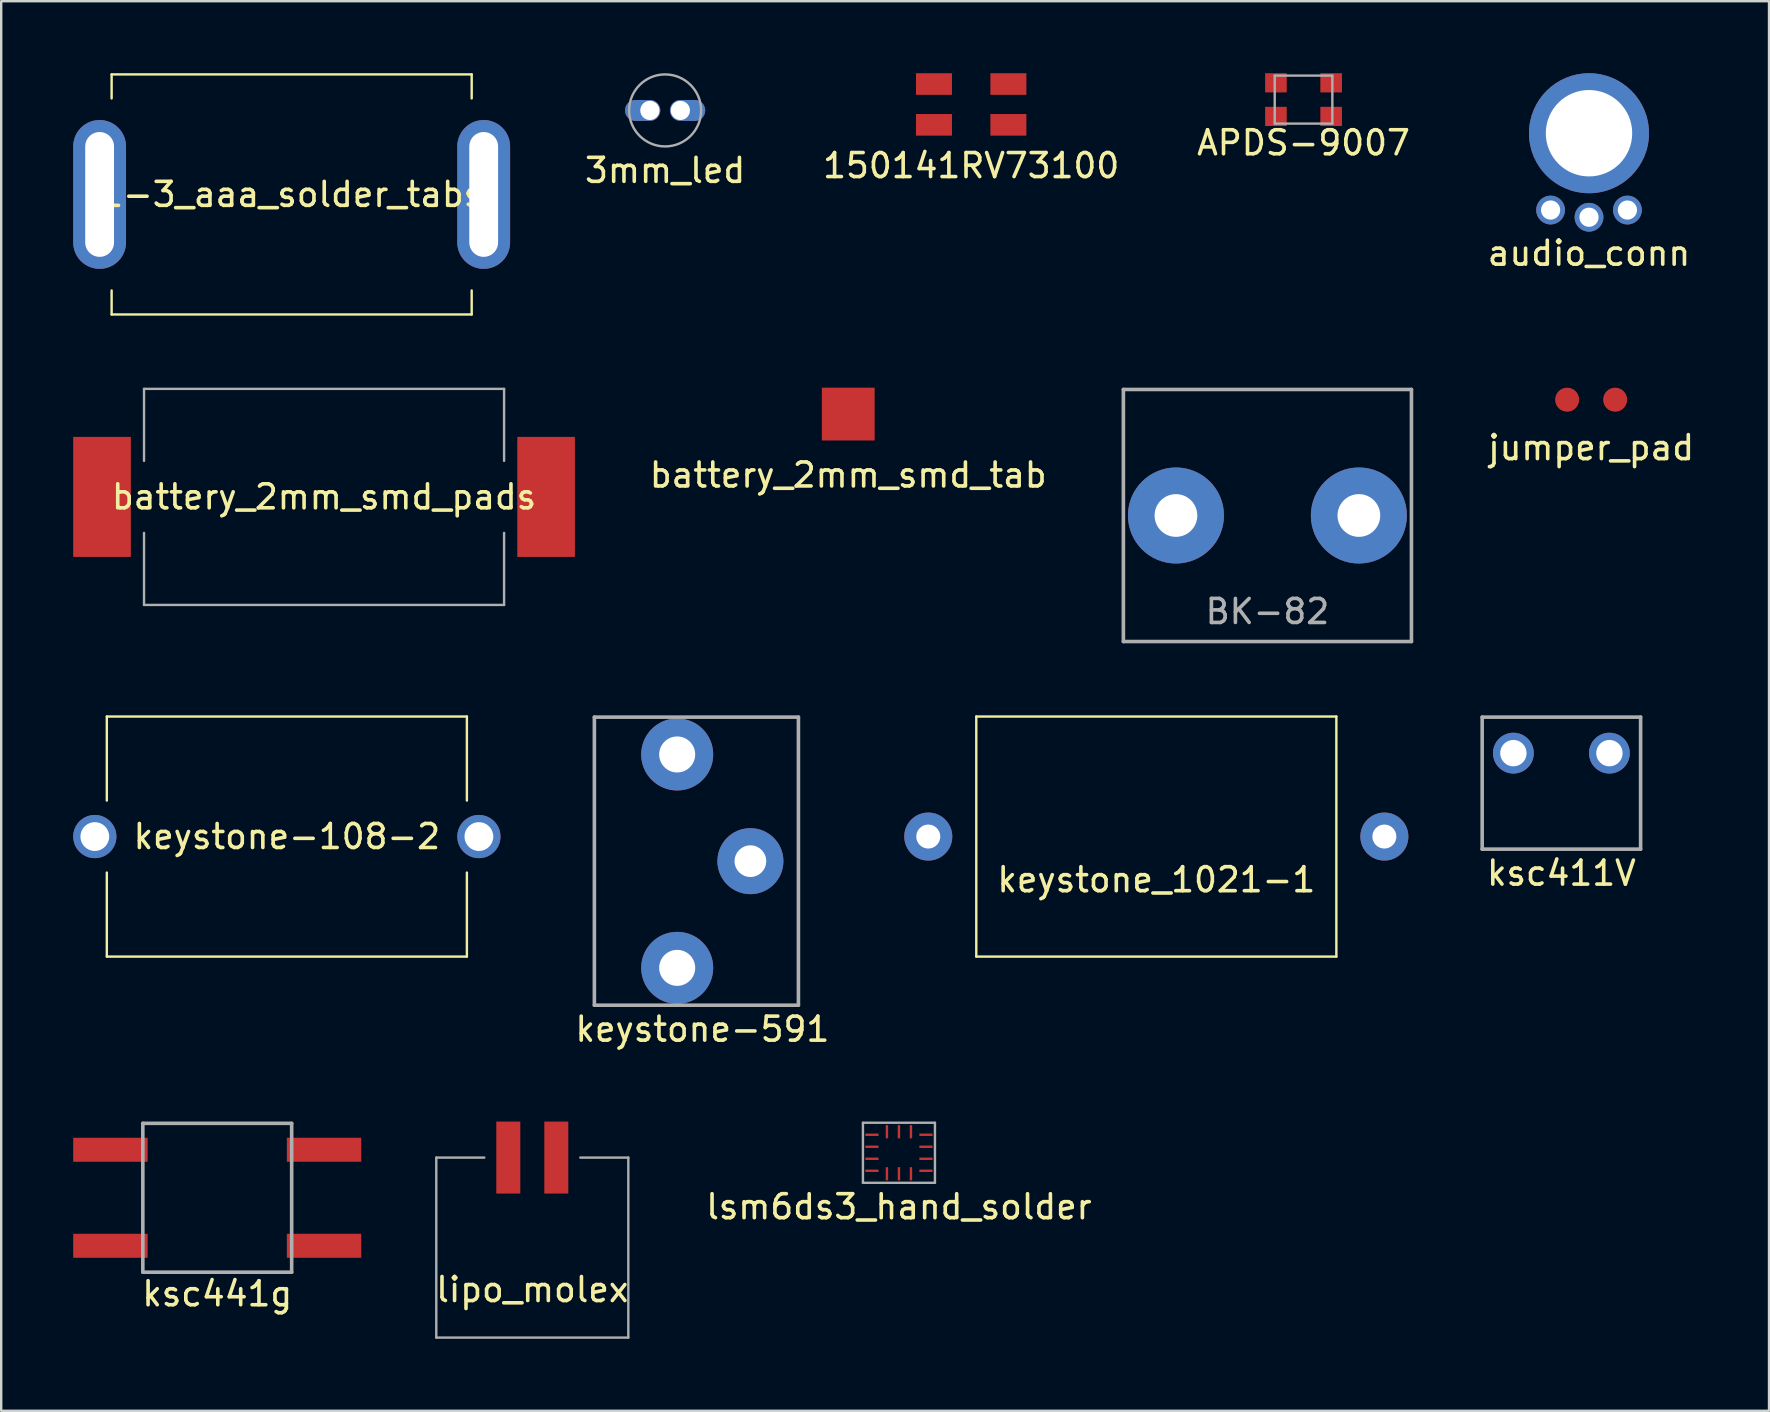
<source format=kicad_pcb>
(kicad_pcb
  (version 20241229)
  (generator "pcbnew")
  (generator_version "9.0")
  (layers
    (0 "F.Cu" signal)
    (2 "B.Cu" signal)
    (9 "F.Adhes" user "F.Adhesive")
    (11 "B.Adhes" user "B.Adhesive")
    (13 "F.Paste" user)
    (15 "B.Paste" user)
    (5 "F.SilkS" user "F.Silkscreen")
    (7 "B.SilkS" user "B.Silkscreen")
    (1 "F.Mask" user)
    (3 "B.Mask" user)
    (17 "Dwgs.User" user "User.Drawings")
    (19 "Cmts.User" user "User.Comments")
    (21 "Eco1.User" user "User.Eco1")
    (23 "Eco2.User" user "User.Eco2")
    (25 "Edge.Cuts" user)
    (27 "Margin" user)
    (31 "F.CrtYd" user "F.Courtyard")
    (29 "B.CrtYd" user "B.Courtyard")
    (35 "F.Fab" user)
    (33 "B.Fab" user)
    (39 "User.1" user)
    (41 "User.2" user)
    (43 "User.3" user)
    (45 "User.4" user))
  (footprint "ksc411V"
    (layer "F.Cu")
    (at 61.996 28.325)
    (property "Reference" "ksc411V" (at 0 5 0) (layer "F.SilkS") (effects (font (size 1 1) (thickness 0.15))))
    (attr through_hole)
    (fp_line (start -3.3 -1.5) (end -3.3 4) (stroke (width 0.15) (type solid)) (layer "F.Fab"))
    (fp_line (start -3.3 4) (end 3.3 4) (stroke (width 0.15) (type solid)) (layer "F.Fab"))
    (fp_line (start 3.3 -1.5) (end -3.3 -1.5) (stroke (width 0.15) (type solid)) (layer "F.Fab"))
    (fp_line (start 3.3 4) (end 3.3 -1.5) (stroke (width 0.15) (type solid)) (layer "F.Fab"))
    (pad "1" thru_hole circle (at -2 0) (size 1.7 1.7) (drill 1.1) (layers "*.Cu" "*.Mask"))
    (pad "2" thru_hole circle (at 2 0) (size 1.7 1.7) (drill 1.1) (layers "*.Cu" "*.Mask")))
  (footprint "battery_2mm_smd_pads"
    (layer "F.Cu")
    (at 10.45 17.65)
    (property "Reference" "battery_2mm_smd_pads" (at 0 0 0) (layer "F.SilkS") (effects (font (size 1 1) (thickness 0.15))))
    (attr through_hole)
    (fp_line (start -7.5 -4.5) (end -7.5 -1.5) (stroke (width 0.1) (type solid)) (layer "F.Fab"))
    (fp_line (start -7.5 -4.5) (end 7.5 -4.5) (stroke (width 0.1) (type solid)) (layer "F.Fab"))
    (fp_line (start -7.5 4.5) (end -7.5 1.5) (stroke (width 0.1) (type solid)) (layer "F.Fab"))
    (fp_line (start -7.5 4.5) (end 7.5 4.5) (stroke (width 0.1) (type solid)) (layer "F.Fab"))
    (fp_line (start 7.5 -4.5) (end 7.5 -1.5) (stroke (width 0.1) (type solid)) (layer "F.Fab"))
    (fp_line (start 7.5 4.5) (end 7.5 1.5) (stroke (width 0.1) (type solid)) (layer "F.Fab"))
    (pad "1" smd rect (at -9.25 0) (size 2.4 5) (layers "F.Cu" "F.Mask" "F.Paste"))
    (pad "2" smd rect (at 9.25 0) (size 2.4 5) (layers "F.Cu" "F.Mask" "F.Paste")))
  (footprint "lipo_molex"
    (layer "F.Cu")
    (at 19.125 45.173)
    (property "Reference" "lipo_molex" (at 0 5.5 0) (layer "F.SilkS") (effects (font (size 1 1) (thickness 0.15))))
    (attr through_hole)
    (fp_line (start -4 0) (end -4 7.5) (stroke (width 0.1) (type solid)) (layer "F.Fab"))
    (fp_line (start -4 0) (end -2 0) (stroke (width 0.1) (type solid)) (layer "F.Fab"))
    (fp_line (start -4 7.5) (end 4 7.5) (stroke (width 0.1) (type solid)) (layer "F.Fab"))
    (fp_line (start 4 0) (end 2 0) (stroke (width 0.1) (type solid)) (layer "F.Fab"))
    (fp_line (start 4 7.5) (end 4 0) (stroke (width 0.1) (type solid)) (layer "F.Fab"))
    (pad "1" smd rect (at -1 0) (size 1 3) (layers "F.Cu" "F.Mask" "F.Paste"))
    (pad "2" smd rect (at 1 0) (size 1 3) (layers "F.Cu" "F.Mask" "F.Paste")))
  (footprint "audio_conn"
    (layer "F.Cu")
    (at 63.146 2.5)
    (property "Reference" "audio_conn" (at 0 5 0) (layer "F.SilkS") (effects (font (size 1 1) (thickness 0.15))))
    (attr through_hole)
    (pad "1" thru_hole circle (at -1.6 3.2) (size 1.2 1.2) (drill 0.8) (layers "*.Cu" "*.Mask"))
    (pad "2" thru_hole circle (at 0 3.5) (size 1.2 1.2) (drill 0.8) (layers "*.Cu" "*.Mask"))
    (pad "3" thru_hole circle (at 1.6 3.2) (size 1.2 1.2) (drill 0.8) (layers "*.Cu" "*.Mask"))
    (pad "4" thru_hole circle (at 0 0) (size 5 5) (drill 3.6) (layers "*.Cu" "*.Mask")))
  (footprint "battery_2mm_smd_tab"
    (layer "F.Cu")
    (at 32.287 14.2)
    (property "Reference" "battery_2mm_smd_tab" (at 0 2.54 0) (layer "F.SilkS") (effects (font (size 1 1) (thickness 0.15))))
    (attr through_hole)
    (pad "1" smd rect (at 0 0) (size 2.2 2.2) (layers "F.Cu" "F.Mask" "F.Paste")))
  (footprint "APDS-9007"
    (layer "F.Cu")
    (at 51.254 1.1)
    (property "Reference" "APDS-9007" (at 0 1.8 0) (layer "F.SilkS") (effects (font (size 1 1) (thickness 0.15))))
    (attr through_hole)
    (fp_line (start -1.2 -1) (end 1.2 -1) (stroke (width 0.1) (type solid)) (layer "F.Fab"))
    (fp_line (start -1.2 1) (end -1.2 -1) (stroke (width 0.1) (type solid)) (layer "F.Fab"))
    (fp_line (start 1.2 -1) (end 1.2 1) (stroke (width 0.1) (type solid)) (layer "F.Fab"))
    (fp_line (start 1.2 1) (end -1.2 1) (stroke (width 0.1) (type solid)) (layer "F.Fab"))
    (pad "1" smd rect (at -1.15 -0.7) (size 0.9 0.8) (layers "F.Cu" "F.Mask" "F.Paste"))
    (pad "3" smd rect (at 1.15 -0.7) (size 0.9 0.8) (layers "F.Cu" "F.Mask" "F.Paste"))
    (pad "4" smd rect (at 1.15 0.7) (size 0.9 0.8) (layers "F.Cu" "F.Mask" "F.Paste"))
    (pad "6" smd rect (at -1.15 0.7) (size 0.9 0.8) (layers "F.Cu" "F.Mask" "F.Paste")))
  (footprint "lsm6ds3_hand_solder"
    (layer "F.Cu")
    (at 34.399 44.973)
    (property "Reference" "lsm6ds3_hand_solder" (at 0 2.25 0) (layer "F.SilkS") (effects (font (size 1 1) (thickness 0.15))))
    (attr through_hole)
    (fp_line (start -1.5 -1.25) (end -1.5 1.25) (stroke (width 0.1) (type solid)) (layer "F.Fab"))
    (fp_line (start -1.5 1.25) (end 1.5 1.25) (stroke (width 0.1) (type solid)) (layer "F.Fab"))
    (fp_line (start 1.5 -1.25) (end -1.5 -1.25) (stroke (width 0.1) (type solid)) (layer "F.Fab"))
    (fp_line (start 1.5 1.25) (end 1.5 -1.25) (stroke (width 0.1) (type solid)) (layer "F.Fab"))
    (pad "1" smd rect (at 1.125 -0.75) (size 0.55 0.1) (layers "F.Cu" "F.Mask" "F.Paste"))
    (pad "2" smd rect (at 1.125 -0.25) (size 0.55 0.1) (layers "F.Cu" "F.Mask" "F.Paste"))
    (pad "3" smd rect (at 1.125 0.25) (size 0.55 0.1) (layers "F.Cu" "F.Mask" "F.Paste"))
    (pad "4" smd rect (at 1.125 0.75) (size 0.55 0.1) (layers "F.Cu" "F.Mask" "F.Paste"))
    (pad "5" smd rect (at 0.5 0.875) (size 0.1 0.55) (layers "F.Cu" "F.Mask" "F.Paste"))
    (pad "6" smd rect (at 0 0.875) (size 0.1 0.55) (layers "F.Cu" "F.Mask" "F.Paste"))
    (pad "7" smd rect (at -0.5 0.875) (size 0.1 0.55) (layers "F.Cu" "F.Mask" "F.Paste"))
    (pad "8" smd rect (at -1.125 0.75) (size 0.55 0.1) (layers "F.Cu" "F.Mask" "F.Paste"))
    (pad "9" smd rect (at -1.125 0.25) (size 0.55 0.1) (layers "F.Cu" "F.Mask" "F.Paste"))
    (pad "10" smd rect (at -1.125 -0.25) (size 0.55 0.1) (layers "F.Cu" "F.Mask" "F.Paste"))
    (pad "11" smd rect (at -1.125 -0.75) (size 0.55 0.1) (layers "F.Cu" "F.Mask" "F.Paste"))
    (pad "12" smd rect (at -0.5 -0.875) (size 0.1 0.55) (layers "F.Cu" "F.Mask" "F.Paste"))
    (pad "13" smd rect (at 0 -0.875) (size 0.1 0.55) (layers "F.Cu" "F.Mask" "F.Paste"))
    (pad "14" smd rect (at 0.5 -0.875) (size 0.1 0.55) (layers "F.Cu" "F.Mask" "F.Paste")))
  (footprint "jumper_pad"
    (layer "F.Cu")
    (at 63.235 13.6)
    (property "Reference" "jumper_pad" (at 0 2 0) (layer "F.SilkS") (effects (font (size 1 1) (thickness 0.15))))
    (attr through_hole)
    (pad "1" smd circle (at -1 0) (size 1 1) (layers "F.Cu" "F.Mask"))
    (pad "2" smd circle (at 1 0) (size 1 1) (layers "F.Cu" "F.Mask")))
  (footprint "keystone_1021-1"
    (layer "F.Cu")
    (at 45.121 31.8)
    (property "Reference" "keystone_1021-1" (at 0 1.8 0) (layer "F.SilkS") (effects (font (size 1 1) (thickness 0.15))))
    (attr through_hole)
    (fp_line (start -7.5 -5) (end -7.5 5) (stroke (width 0.1) (type solid)) (layer "F.SilkS"))
    (fp_line (start -7.5 5) (end 7.5 5) (stroke (width 0.1) (type solid)) (layer "F.SilkS"))
    (fp_line (start 7.5 -5) (end -7.5 -5) (stroke (width 0.1) (type solid)) (layer "F.SilkS"))
    (fp_line (start 7.5 5) (end 7.5 -5) (stroke (width 0.1) (type solid)) (layer "F.SilkS"))
    (pad "1" thru_hole circle (at -9.5 0) (size 2 2) (drill 1) (layers "*.Cu" "*.Mask"))
    (pad "2" thru_hole circle (at 9.5 0) (size 2 2) (drill 1) (layers "*.Cu" "*.Mask")))
  (footprint "BK-82"
    (layer "F.Cu")
    (at 49.749 18.425)
    (property "Reference" "BK-82" (at 0 4 0) (layer "F.Fab") (effects (font (size 1 1) (thickness 0.15))))
    (attr through_hole)
    (fp_line (start -6 -5.25) (end -6 5.25) (stroke (width 0.15) (type solid)) (layer "F.Fab"))
    (fp_line (start -6 5.25) (end 6 5.25) (stroke (width 0.15) (type solid)) (layer "F.Fab"))
    (fp_line (start 6 -5.25) (end -6 -5.25) (stroke (width 0.15) (type solid)) (layer "F.Fab"))
    (fp_line (start 6 5.25) (end 6 -5.25) (stroke (width 0.15) (type solid)) (layer "F.Fab"))
    (pad "1" thru_hole circle (at -3.81 0) (size 4 4) (drill 1.78) (layers "*.Cu" "*.Mask"))
    (pad "1" thru_hole circle (at 3.81 0) (size 4 4) (drill 1.78) (layers "*.Cu" "*.Mask")))
  (footprint "1-3_aaa_solder_tabs"
    (layer "F.Cu")
    (at 9.1 5.05)
    (property "Reference" "1-3_aaa_solder_tabs" (at 0 0 0) (layer "F.SilkS") (effects (font (size 1 1) (thickness 0.15))))
    (attr through_hole)
    (fp_line (start -7.5 -5) (end -7.5 -4) (stroke (width 0.1) (type solid)) (layer "F.SilkS"))
    (fp_line (start -7.5 -5) (end 7.5 -5) (stroke (width 0.1) (type solid)) (layer "F.SilkS"))
    (fp_line (start -7.5 4) (end -7.5 5) (stroke (width 0.1) (type solid)) (layer "F.SilkS"))
    (fp_line (start -7.5 5) (end 7.5 5) (stroke (width 0.1) (type solid)) (layer "F.SilkS"))
    (fp_line (start 7.5 -5) (end 7.5 -4) (stroke (width 0.1) (type solid)) (layer "F.SilkS"))
    (fp_line (start 7.5 5) (end 7.5 4) (stroke (width 0.1) (type solid)) (layer "F.SilkS"))
    (pad "1" thru_hole oval (at -8 0) (size 2.2 6.2) (drill oval 1.2 5.2) (layers "*.Cu" "*.Mask"))
    (pad "2" thru_hole oval (at 8 0) (size 2.2 6.2) (drill oval 1.2 5.2) (layers "*.Cu" "*.Mask")))
  (footprint "keystone-591"
    (layer "F.Cu")
    (at 28.211 32.825)
    (property "Reference" "keystone-591" (at -2 7 0) (layer "F.SilkS") (effects (font (size 1 1) (thickness 0.15))))
    (attr through_hole)
    (fp_line (start -6.5 -6) (end -6.5 6) (stroke (width 0.15) (type solid)) (layer "F.Fab"))
    (fp_line (start -6.5 6) (end 2 6) (stroke (width 0.15) (type solid)) (layer "F.Fab"))
    (fp_line (start 2 -6) (end -6.5 -6) (stroke (width 0.15) (type solid)) (layer "F.Fab"))
    (fp_line (start 2 6) (end 2 -6) (stroke (width 0.15) (type solid)) (layer "F.Fab"))
    (pad "1" thru_hole circle (at -3.05 -4.445) (size 3 3) (drill 1.5) (layers "*.Cu" "*.Mask"))
    (pad "1" thru_hole circle (at -3.05 4.445) (size 3 3) (drill 1.5) (layers "*.Cu" "*.Mask"))
    (pad "1" thru_hole circle (at 0 0) (size 2.75 2.75) (drill 1.32) (layers "*.Cu" "*.Mask")))
  (footprint "150141RV73100"
    (layer "F.Cu")
    (at 37.408 1.3)
    (property "Reference" "150141RV73100" (at 0 2.55 0) (layer "F.SilkS") (effects (font (size 1 1) (thickness 0.15))))
    (attr through_hole)
    (pad "1" smd rect (at 1.55 -0.85) (size 1.5 0.9) (layers "F.Cu" "F.Mask" "F.Paste"))
    (pad "2" smd rect (at 1.55 0.85) (size 1.5 0.9) (layers "F.Cu" "F.Mask" "F.Paste"))
    (pad "3" smd rect (at -1.55 0.85) (size 1.5 0.9) (layers "F.Cu" "F.Mask" "F.Paste"))
    (pad "4" smd rect (at -1.55 -0.85) (size 1.5 0.9) (layers "F.Cu" "F.Mask" "F.Paste")))
  (footprint "ksc441g"
    (layer "F.Cu")
    (at 6 46.848)
    (property "Reference" "ksc441g" (at 0 4 0) (layer "F.SilkS") (effects (font (size 1 1) (thickness 0.15))))
    (attr through_hole)
    (fp_line (start -3.1 -3.1) (end 3.1 -3.1) (stroke (width 0.15) (type solid)) (layer "F.Fab"))
    (fp_line (start -3.1 3.1) (end -3.1 -3.1) (stroke (width 0.15) (type solid)) (layer "F.Fab"))
    (fp_line (start 3.1 -3.1) (end 3.1 3.1) (stroke (width 0.15) (type solid)) (layer "F.Fab"))
    (fp_line (start 3.1 3.1) (end -3.1 3.1) (stroke (width 0.15) (type solid)) (layer "F.Fab"))
    (pad "1" smd rect (at -4.45 -2) (size 3.1 1) (layers "F.Cu" "F.Mask" "F.Paste"))
    (pad "1" smd rect (at 4.45 -2) (size 3.1 1) (layers "F.Cu" "F.Mask" "F.Paste"))
    (pad "2" smd rect (at -4.45 2) (size 3.1 1) (layers "F.Cu" "F.Mask" "F.Paste"))
    (pad "2" smd rect (at 4.45 2) (size 3.1 1) (layers "F.Cu" "F.Mask" "F.Paste")))
  (footprint "3mm_led"
    (layer "F.Cu")
    (at 24.658 1.55)
    (property "Reference" "3mm_led" (at 0 2.5 0) (layer "F.SilkS") (effects (font (size 1 1) (thickness 0.15))))
    (attr through_hole)
    (fp_circle (center 0 0) (end 1.5 0) (stroke (width 0.1) (type solid)) (fill no) (layer "F.Fab"))
    (pad "1" thru_hole oval (at -0.635 0) (size 1.47 0.87) (drill 0.8 (offset -0.3 0)) (layers "*.Cu" "*.Mask"))
    (pad "2" thru_hole oval (at 0.635 0) (size 1.47 0.87) (drill 0.8 (offset 0.3 0)) (layers "*.Cu" "*.Mask")))
  (footprint "keystone-108-2"
    (layer "F.Cu")
    (at 8.9 31.8)
    (property "Reference" "keystone-108-2" (at 0 0 0) (layer "F.SilkS") (effects (font (size 1 1) (thickness 0.15))))
    (attr through_hole)
    (fp_line (start -7.5 -5) (end -7.5 -1.5) (stroke (width 0.1) (type solid)) (layer "F.SilkS"))
    (fp_line (start -7.5 -5) (end 7.5 -5) (stroke (width 0.1) (type solid)) (layer "F.SilkS"))
    (fp_line (start -7.5 5) (end -7.5 1.5) (stroke (width 0.1) (type solid)) (layer "F.SilkS"))
    (fp_line (start -7.5 5) (end 7.5 5) (stroke (width 0.1) (type solid)) (layer "F.SilkS"))
    (fp_line (start 7.5 -5) (end 7.5 -1.5) (stroke (width 0.1) (type solid)) (layer "F.SilkS"))
    (fp_line (start 7.5 5) (end 7.5 1.5) (stroke (width 0.1) (type solid)) (layer "F.SilkS"))
    (pad "1" thru_hole circle (at -8 0) (size 1.8 1.8) (drill 1.2) (layers "*.Cu" "*.Mask"))
    (pad "2" thru_hole circle (at 8 0) (size 1.8 1.8) (drill 1.2) (layers "*.Cu" "*.Mask")))
  (gr_rect
    (start -3 -3)
    (end 70.645 55.723)
    (stroke (width 0.1) (type default))
    (fill no)
    (layer "Edge.Cuts")))
</source>
